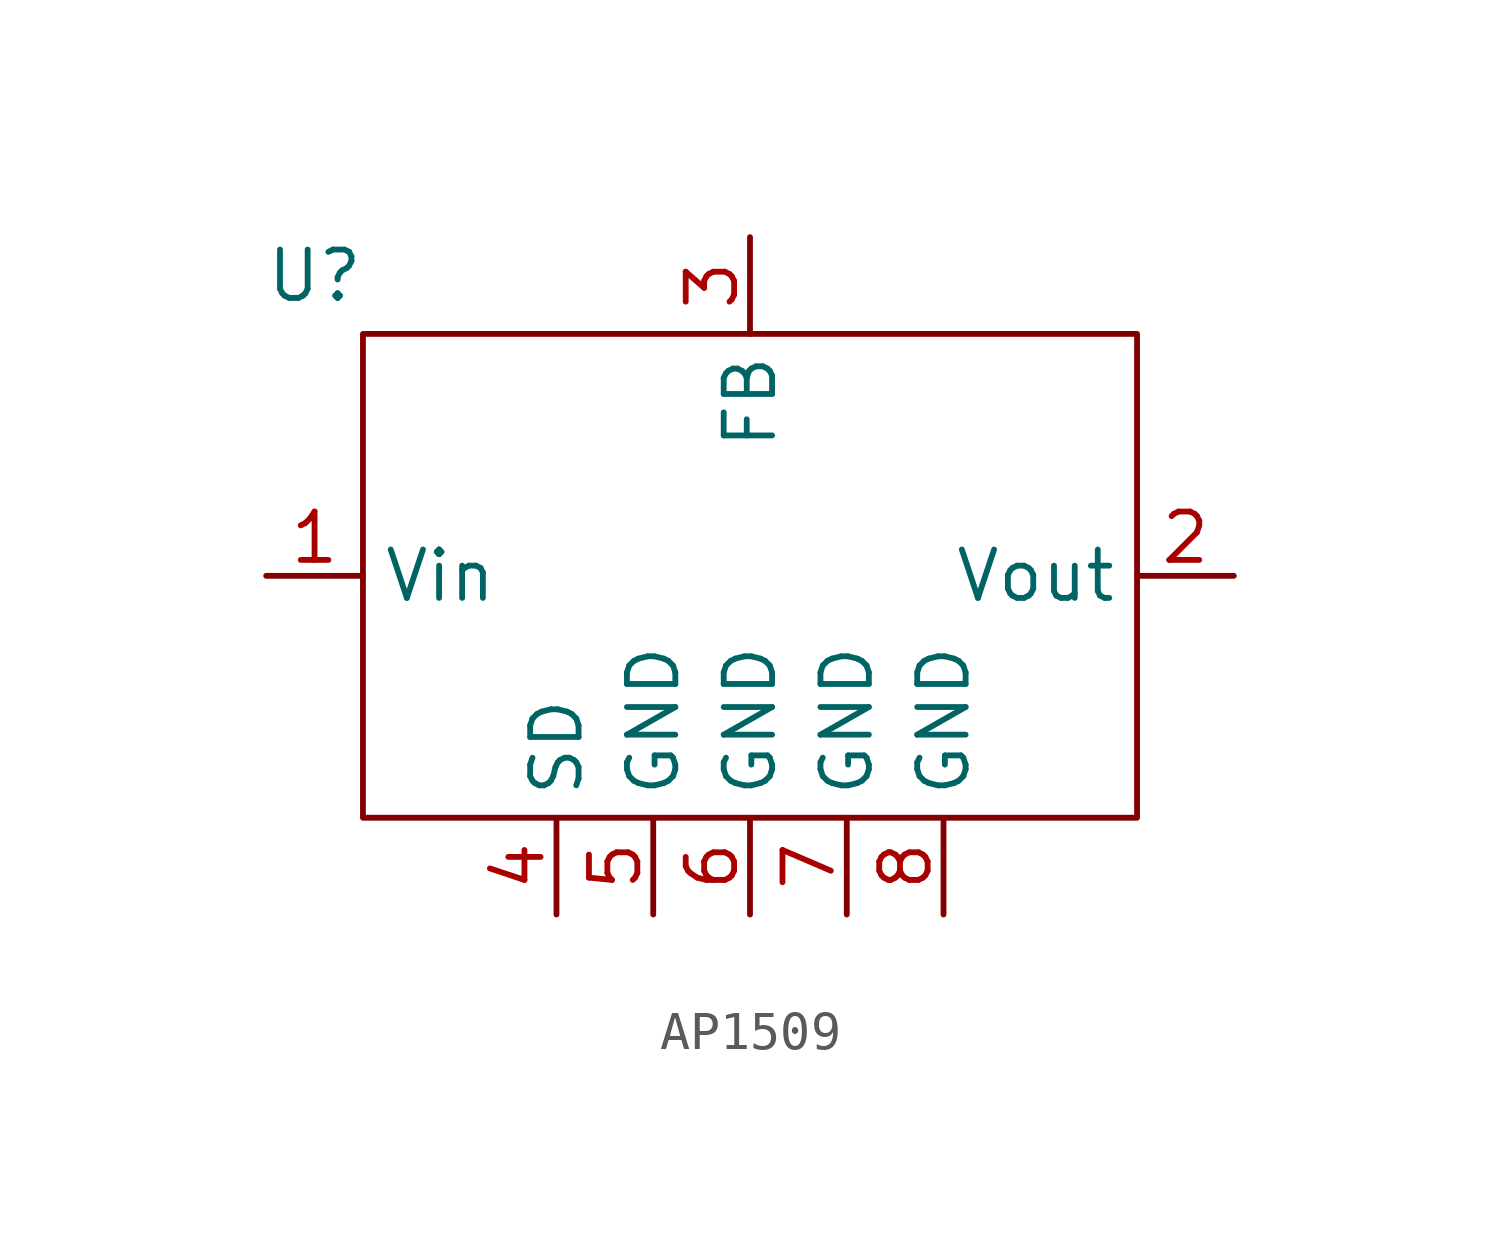
<source format=kicad_sym>
(kicad_symbol_lib
  (version 20231120)
  (generator "kicad_symbol_editor")
  (generator_version "8.0")
  (symbol "AP1509"
    (property "Reference" "U"
      (at -1.27 1.524 0)
      (effects (font (size 1.27 1.27))))
    (property "Value" ""
      (at 5.08 -3.81 0)
      (effects (font (size 1.27 1.27))))
    (symbol "AP1509_0_1"
      (rectangle (start 0 0) (end 20.32 -12.7) (stroke (width 0) (type default)) (fill (type none))))
    (symbol "AP1509_1_1"
      (pin input line (at -2.54 -6.35 0) (length 2.54) (name "Vin" (effects (font (size 1.27 1.27)))) (number "1" (effects (font (size 1.27 1.27)))))
      (pin output line (at 22.86 -6.35 180) (length 2.54) (name "Vout" (effects (font (size 1.27 1.27)))) (number "2" (effects (font (size 1.27 1.27)))))
      (pin input line (at 10.16 2.54 270) (length 2.54) (name "FB" (effects (font (size 1.27 1.27)))) (number "3" (effects (font (size 1.27 1.27)))))
      (pin input line (at 5.08 -15.24 90) (length 2.54) (name "SD" (effects (font (size 1.27 1.27)))) (number "4" (effects (font (size 1.27 1.27)))))
      (pin passive line (at 7.62 -15.24 90) (length 2.54) (name "GND" (effects (font (size 1.27 1.27)))) (number "5" (effects (font (size 1.27 1.27)))))
      (pin passive line (at 10.16 -15.24 90) (length 2.54) (name "GND" (effects (font (size 1.27 1.27)))) (number "6" (effects (font (size 1.27 1.27)))))
      (pin passive line (at 12.7 -15.24 90) (length 2.54) (name "GND" (effects (font (size 1.27 1.27)))) (number "7" (effects (font (size 1.27 1.27)))))
      (pin passive line (at 15.24 -15.24 90) (length 2.54) (name "GND" (effects (font (size 1.27 1.27)))) (number "8" (effects (font (size 1.27 1.27))))))))
</source>
